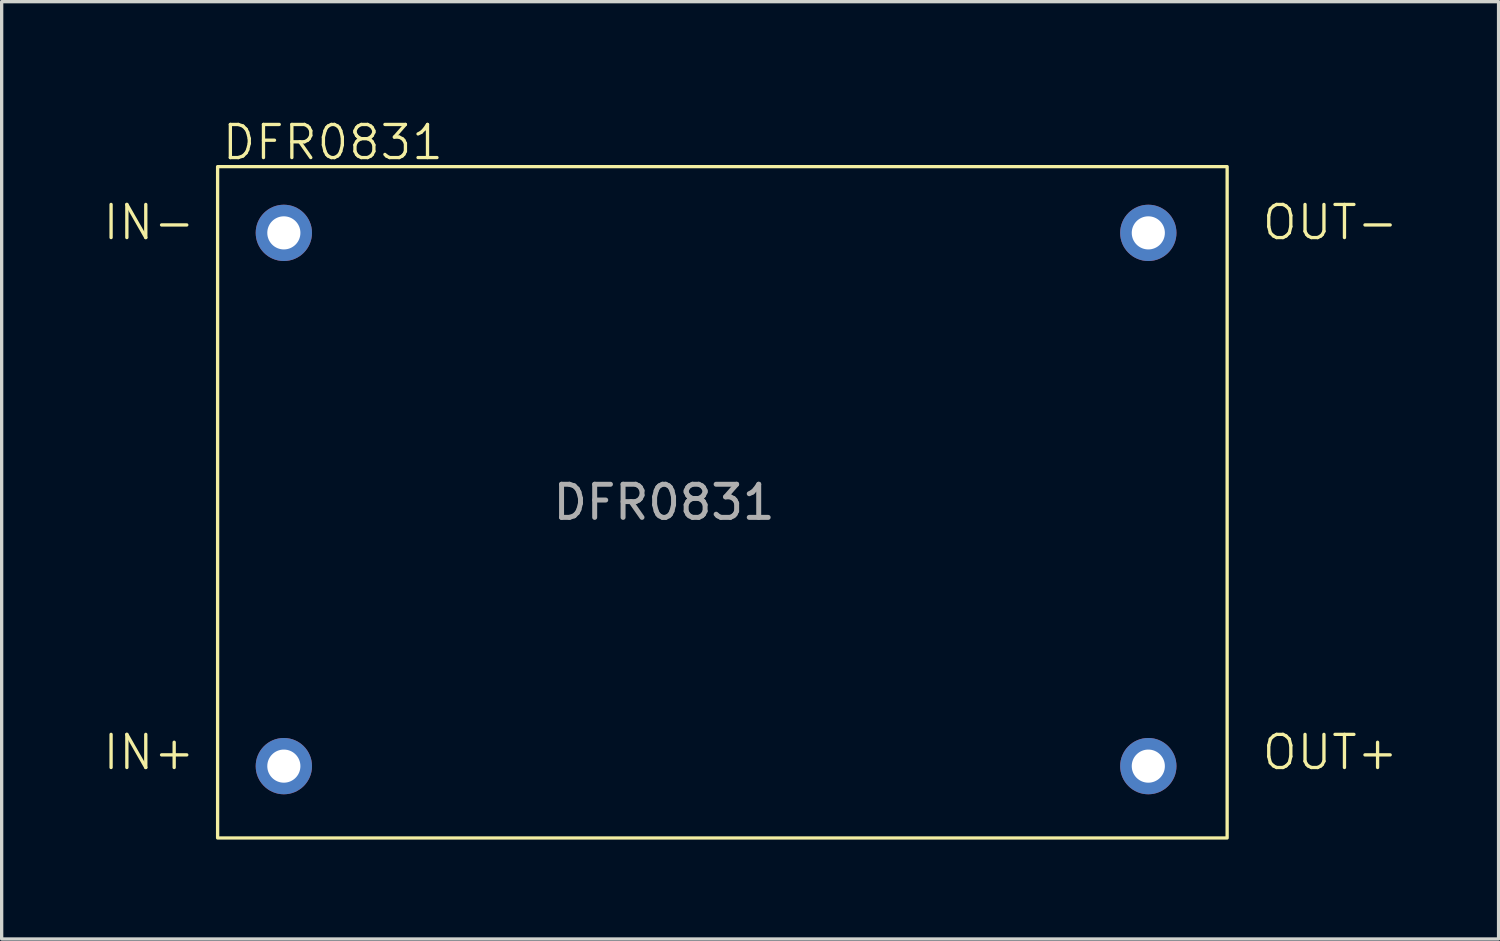
<source format=kicad_pcb>
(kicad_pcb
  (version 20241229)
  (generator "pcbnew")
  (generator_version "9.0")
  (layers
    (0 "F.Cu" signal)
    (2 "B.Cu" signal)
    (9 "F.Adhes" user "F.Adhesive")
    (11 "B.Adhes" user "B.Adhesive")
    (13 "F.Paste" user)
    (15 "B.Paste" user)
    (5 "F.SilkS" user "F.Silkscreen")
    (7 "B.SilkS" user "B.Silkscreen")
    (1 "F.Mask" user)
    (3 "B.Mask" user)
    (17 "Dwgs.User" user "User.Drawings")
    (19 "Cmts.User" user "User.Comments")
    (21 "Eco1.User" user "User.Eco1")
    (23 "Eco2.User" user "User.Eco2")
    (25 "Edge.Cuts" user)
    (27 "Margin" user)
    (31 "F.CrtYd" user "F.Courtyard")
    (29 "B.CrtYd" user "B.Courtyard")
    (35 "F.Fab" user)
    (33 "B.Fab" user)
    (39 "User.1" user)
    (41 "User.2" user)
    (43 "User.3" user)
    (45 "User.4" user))
  (footprint "DFR0831"
    (layer "F.Cu")
    (at 17 0.25)
    (property "Reference" "DFR0831" (at -10 1 0) (unlocked yes) (layer "F.SilkS") (effects (font (size 1 1) (thickness 0.1))))
    (attr through_hole)
    (fp_rect (start -13.48 1.731) (end 17 22) (stroke (width 0.1) (type solid)) (fill no) (layer "F.SilkS"))
    (fp_text user "IN+" (at -17 20 0) (unlocked yes) (layer "F.SilkS") (effects (font (size 1 1) (thickness 0.1)) (justify left bottom)))
    (fp_text user "OUT+" (at 18 20 0) (unlocked yes) (layer "F.SilkS") (effects (font (size 1 1) (thickness 0.1)) (justify left bottom)))
    (fp_text user "IN-" (at -17 4 0) (unlocked yes) (layer "F.SilkS") (effects (font (size 1 1) (thickness 0.1)) (justify left bottom)))
    (fp_text user "OUT-" (at 18 4 0) (unlocked yes) (layer "F.SilkS") (effects (font (size 1 1) (thickness 0.1)) (justify left bottom)))
    (fp_text user "${REFERENCE}" (at 0 11.866 0) (unlocked yes) (layer "F.Fab") (effects (font (size 1 1) (thickness 0.15))))
    (pad "1" thru_hole circle (at -11.48 3.731) (size 1.7 1.7) (drill 1) (layers "*.Cu" "*.Mask"))
    (pad "2" thru_hole circle (at -11.48 19.831) (size 1.7 1.7) (drill 1) (layers "*.Cu" "*.Mask"))
    (pad "3" thru_hole circle (at 14.62 3.731) (size 1.7 1.7) (drill 1) (layers "*.Cu" "*.Mask"))
    (pad "4" thru_hole circle (at 14.62 19.831) (size 1.7 1.7) (drill 1) (layers "*.Cu" "*.Mask")))
  (gr_rect
    (start -3 -3)
    (end 42.195 25.3)
    (stroke (width 0.1) (type default))
    (fill no)
    (layer "Edge.Cuts")))
</source>
